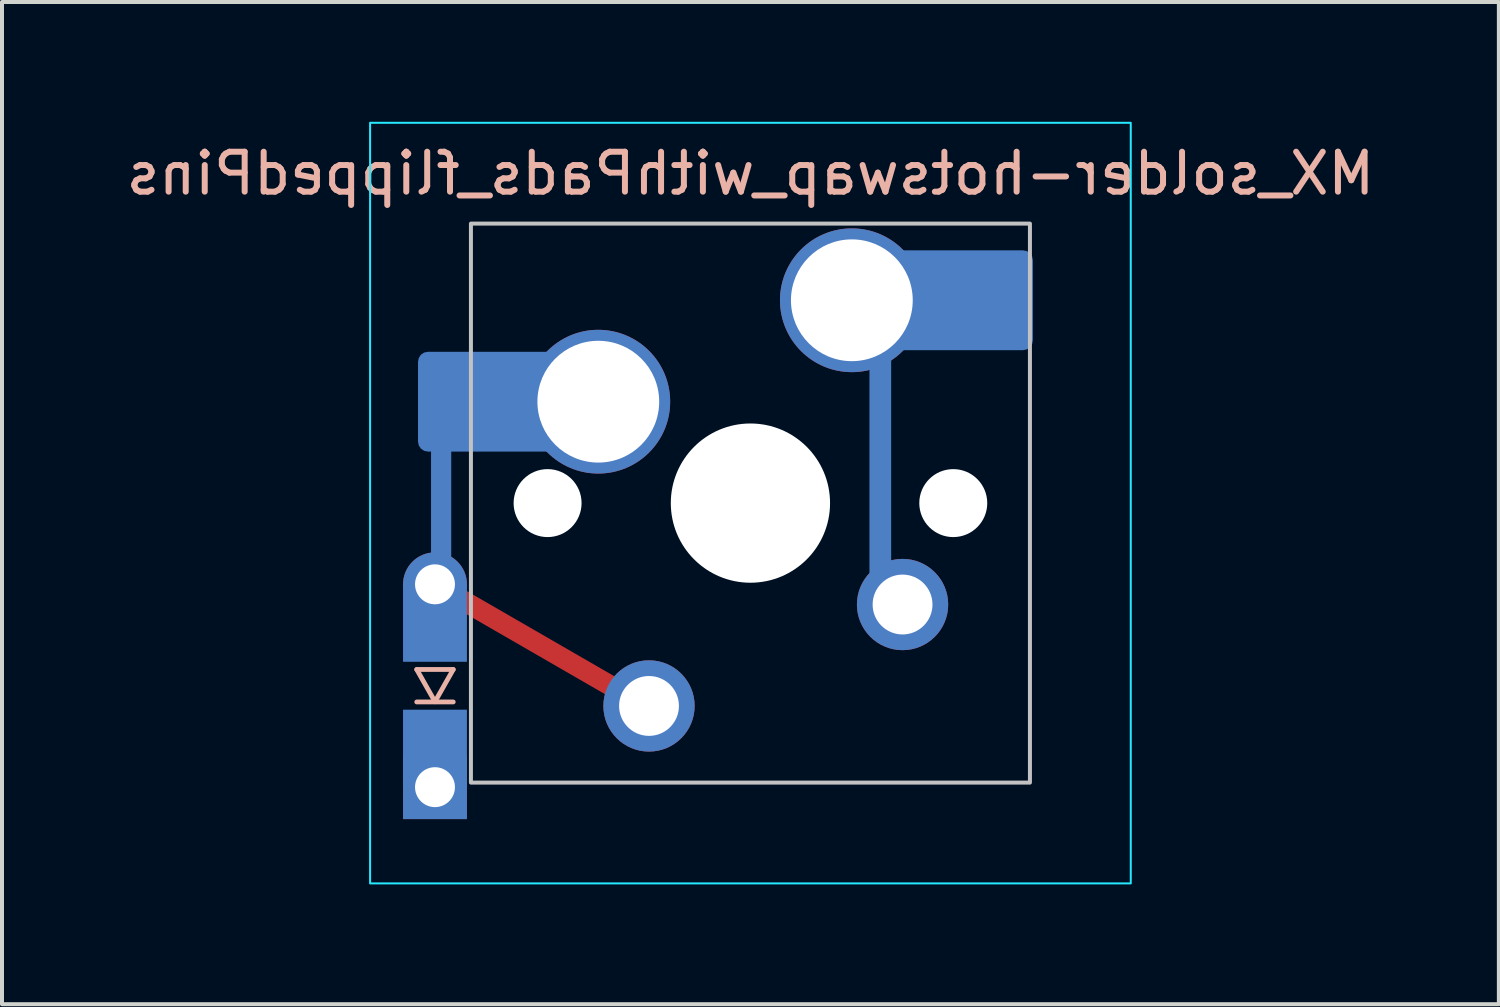
<source format=kicad_pcb>
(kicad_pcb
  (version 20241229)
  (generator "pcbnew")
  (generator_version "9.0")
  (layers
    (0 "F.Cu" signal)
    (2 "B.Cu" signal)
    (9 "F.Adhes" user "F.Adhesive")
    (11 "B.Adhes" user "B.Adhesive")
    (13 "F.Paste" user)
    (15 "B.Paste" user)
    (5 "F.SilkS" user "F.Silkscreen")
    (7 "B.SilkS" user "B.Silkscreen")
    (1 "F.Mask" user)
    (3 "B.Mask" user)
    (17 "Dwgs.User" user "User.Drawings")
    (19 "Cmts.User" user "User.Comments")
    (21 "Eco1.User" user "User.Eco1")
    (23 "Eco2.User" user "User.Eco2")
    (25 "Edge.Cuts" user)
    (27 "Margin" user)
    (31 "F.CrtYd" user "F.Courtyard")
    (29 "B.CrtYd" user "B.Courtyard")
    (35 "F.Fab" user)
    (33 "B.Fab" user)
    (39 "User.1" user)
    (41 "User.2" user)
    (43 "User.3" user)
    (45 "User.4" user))
  (footprint "MX_solder-hotswap_withPads_flippedPins"
    (layer "F.Cu")
    (at 15.744 9.55)
    (property "Reference" "MX_solder-hotswap_withPads_flippedPins" (at 0 -8.255 0) (layer "B.SilkS") (effects (font (size 1 1) (thickness 0.15)) (justify mirror)))
    (attr smd)
    (fp_line (start -8.357 4.167) (end -7.443 4.167) (stroke (width 0.12) (type solid)) (layer "B.SilkS"))
    (fp_line (start -8.357 4.98) (end -7.443 4.98) (stroke (width 0.12) (type solid)) (layer "B.SilkS"))
    (fp_line (start -7.9 4.974) (end -8.357 4.167) (stroke (width 0.12) (type solid)) (layer "B.SilkS"))
    (fp_line (start -7.443 4.167) (end -7.9 4.974) (stroke (width 0.12) (type solid)) (layer "B.SilkS"))
    (fp_rect (start -7 7) (end 7 -7) (stroke (width 0.1) (type default)) (fill no) (layer "Dwgs.User"))
    (fp_rect (start -9.525 9.525) (end 9.525 -9.525) (stroke (width 0.05) (type solid)) (fill no) (layer "B.CrtYd"))
    (pad "" np_thru_hole circle (at -5.08 0) (size 1.702 1.702) (drill 1.702) (layers "*.Cu" "*.Mask"))
    (pad "" thru_hole circle (at -2.54 5.08 180) (size 2.286 2.286) (drill 1.499) (layers "*.Cu" "B.Mask"))
    (pad "" np_thru_hole circle (at 0 0 180) (size 3.988 3.988) (drill 3.988) (layers "*.Cu" "*.Mask"))
    (pad "" np_thru_hole circle (at 5.08 0) (size 1.702 1.702) (drill 1.702) (layers "*.Cu" "*.Mask"))
    (pad "1" thru_hole circle (at 2.54 -5.08) (size 3.6 3.6) (drill 3.05) (layers "*.Cu"))
    (pad "1" smd roundrect (at 3.253 -0.85) (size 0.544 6.1) (layers "B.Cu") (roundrect_rratio 0.25))
    (pad "1" thru_hole circle (at 3.81 2.54 180) (size 2.286 2.286) (drill 1.499) (layers "*.Cu" "B.Mask"))
    (pad "1" smd roundrect (at 5.3 -5.08) (size 3.55 2.5) (layers "B.Cu" "B.Mask" "B.Paste") (roundrect_rratio 0.1))
    (pad "2" smd rect (at -7.9 6.144 270) (size 1.94 1.6) (layers "B.Cu" "B.Mask" "B.Paste"))
    (pad "2" thru_hole rect (at -7.9 7.114 270) (size 1.6 1.6) (drill 1) (layers "*.Cu" "B.Mask"))
    (pad "3" thru_hole circle (at -7.9 2.034 270) (size 1.6 1.6) (drill 1) (layers "*.Cu" "B.Mask"))
    (pad "3" smd rect (at -7.9 3.004 270) (size 1.94 1.6) (layers "B.Cu" "B.Mask" "B.Paste"))
    (pad "3" smd rect (at -7.746 -0.115) (size 0.506 3.31) (layers "B.Cu"))
    (pad "3" smd roundrect (at -6.55 -2.54) (size 3.55 2.5) (layers "B.Cu" "B.Mask" "B.Paste") (roundrect_rratio 0.1))
    (pad "3" smd rect (at -5.399 3.479 60) (size 0.506 5.36) (layers "F.Cu"))
    (pad "3" thru_hole circle (at -3.81 -2.54) (size 3.6 3.6) (drill 3.05) (layers "*.Cu")))
  (gr_rect
    (start -3 -3)
    (end 34.488 22.1)
    (stroke (width 0.1) (type default))
    (fill no)
    (layer "Edge.Cuts")))
</source>
